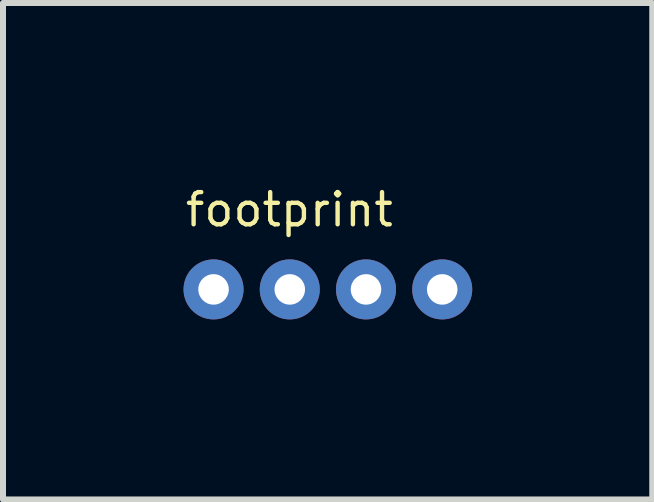
<source format=kicad_pcb>
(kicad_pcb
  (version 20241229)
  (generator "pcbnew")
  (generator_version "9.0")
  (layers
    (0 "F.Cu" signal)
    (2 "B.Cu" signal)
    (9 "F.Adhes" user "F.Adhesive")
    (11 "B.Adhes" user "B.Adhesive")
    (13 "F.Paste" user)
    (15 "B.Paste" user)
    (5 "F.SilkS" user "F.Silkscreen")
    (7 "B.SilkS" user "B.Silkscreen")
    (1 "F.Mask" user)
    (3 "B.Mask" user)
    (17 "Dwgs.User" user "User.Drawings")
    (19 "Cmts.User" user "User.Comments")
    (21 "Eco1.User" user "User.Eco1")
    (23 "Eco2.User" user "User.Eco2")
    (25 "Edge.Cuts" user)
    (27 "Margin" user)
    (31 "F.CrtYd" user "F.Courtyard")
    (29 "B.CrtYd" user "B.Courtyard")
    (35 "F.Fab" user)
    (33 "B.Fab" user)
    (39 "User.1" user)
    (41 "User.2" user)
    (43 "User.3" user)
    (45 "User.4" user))
  (footprint "footprint"
    (layer "F.Cu")
    (at 0.508 1.772)
    (property "Reference" "footprint" (at -0.508 -1.016 0) (layer "F.SilkS") (effects (font (size 0.536 0.536) (thickness 0.073)) (justify left bottom)))
    (pad "1" thru_hole circle (at 0 0) (size 1 1) (drill 0.508) (layers "*.Cu" "*.Mask"))
    (pad "2" thru_hole circle (at 1.27 0) (size 1 1) (drill 0.508) (layers "*.Cu" "*.Mask"))
    (pad "3" thru_hole circle (at 2.54 0) (size 1 1) (drill 0.508) (layers "*.Cu" "*.Mask"))
    (pad "4" thru_hole circle (at 3.81 0) (size 1 1) (drill 0.508) (layers "*.Cu" "*.Mask")))
  (gr_rect
    (start -3 -3)
    (end 7.818 5.272)
    (stroke (width 0.1) (type default))
    (fill no)
    (layer "Edge.Cuts")))
</source>
